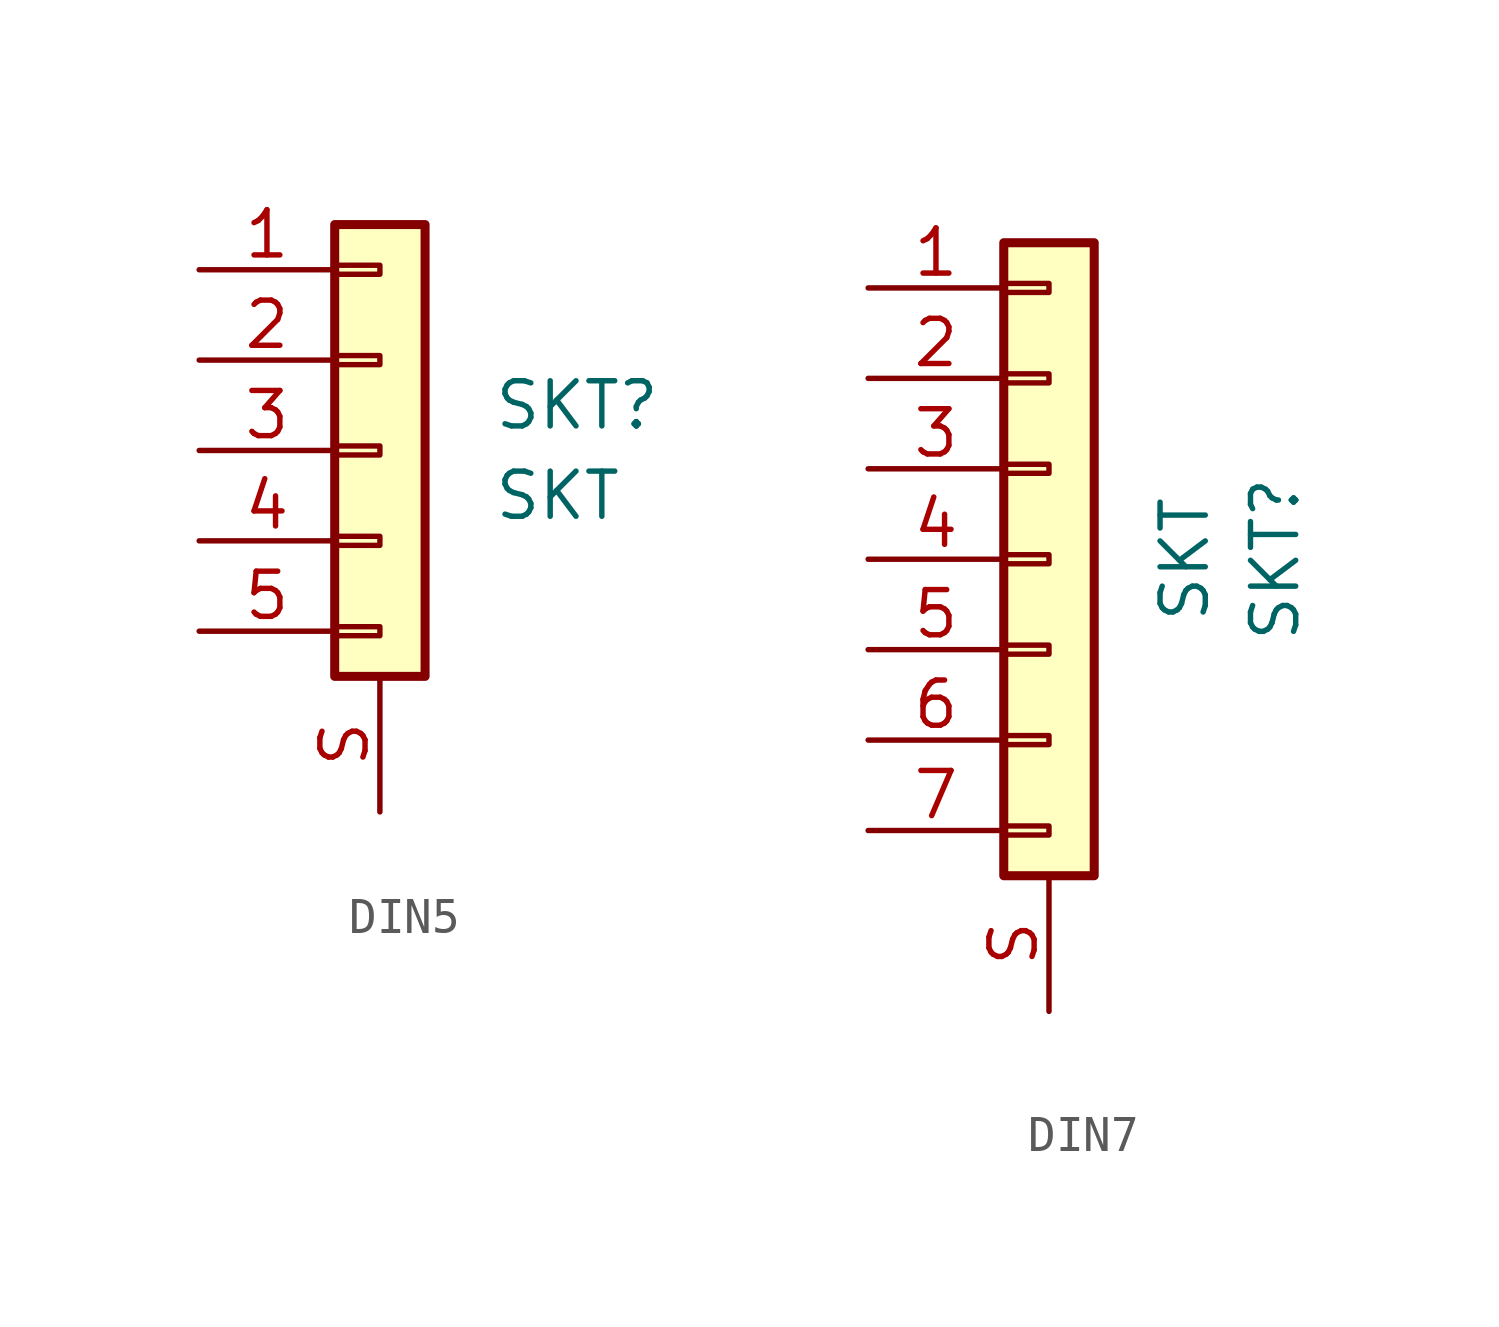
<source format=kicad_sym>
(kicad_symbol_lib
  (version 20220914)
  (generator kicad_symbol_editor)
  (symbol "DIN5"
    (pin_names
      (offset 1.016) hide)
    (property "Reference" "SKT"
      (at 3.175 1.27 0)
      (effects (font (size 1.27 1.27)) (justify left)))
    (property "Value" "${REFERENCE}"
      (at 3.175 -1.27 0)
      (effects (font (size 1.27 1.27)) (justify left)))
    (symbol "DIN5_1_1"
      (rectangle (start -1.27 -4.953) (end 0 -5.207) (stroke (width 0.152) (type default)) (fill (type none)))
      (rectangle (start -1.27 -2.413) (end 0 -2.667) (stroke (width 0.152) (type default)) (fill (type none)))
      (rectangle (start -1.27 0.127) (end 0 -0.127) (stroke (width 0.152) (type default)) (fill (type none)))
      (rectangle (start -1.27 2.667) (end 0 2.413) (stroke (width 0.152) (type default)) (fill (type none)))
      (rectangle (start -1.27 5.207) (end 0 4.953) (stroke (width 0.152) (type default)) (fill (type none)))
      (rectangle (start -1.27 6.35) (end 1.27 -6.35) (stroke (width 0.254) (type default)) (fill (type background)))
      (pin passive line (at -5.08 5.08 0) (length 3.81) (name "Pin_1" (effects (font (size 1.27 1.27)))) (number "1" (effects (font (size 1.27 1.27)))))
      (pin passive line (at -5.08 2.54 0) (length 3.81) (name "Pin_2" (effects (font (size 1.27 1.27)))) (number "2" (effects (font (size 1.27 1.27)))))
      (pin passive line (at -5.08 0 0) (length 3.81) (name "Pin_3" (effects (font (size 1.27 1.27)))) (number "3" (effects (font (size 1.27 1.27)))))
      (pin passive line (at -5.08 -2.54 0) (length 3.81) (name "Pin_4" (effects (font (size 1.27 1.27)))) (number "4" (effects (font (size 1.27 1.27)))))
      (pin passive line (at -5.08 -5.08 0) (length 3.81) (name "Pin_5" (effects (font (size 1.27 1.27)))) (number "5" (effects (font (size 1.27 1.27)))))
      (pin passive line (at 0 -10.16 90) (length 3.81) (name "SHIELD" (effects (font (size 1.27 1.27)))) (number "S" (effects (font (size 1.27 1.27)))))))
  (symbol "DIN7"
    (pin_names
      (offset 1.016) hide)
    (property "Reference" "SKT"
      (at 6.35 0 90)
      (effects (font (size 1.27 1.27))))
    (property "Value" "${REFERENCE}"
      (at 3.81 0 90)
      (effects (font (size 1.27 1.27))))
    (symbol "DIN7_1_1"
      (rectangle (start -1.27 -7.493) (end 0 -7.747) (stroke (width 0.152) (type default)) (fill (type none)))
      (rectangle (start -1.27 -4.953) (end 0 -5.207) (stroke (width 0.152) (type default)) (fill (type none)))
      (rectangle (start -1.27 -2.413) (end 0 -2.667) (stroke (width 0.152) (type default)) (fill (type none)))
      (rectangle (start -1.27 0.127) (end 0 -0.127) (stroke (width 0.152) (type default)) (fill (type none)))
      (rectangle (start -1.27 2.667) (end 0 2.413) (stroke (width 0.152) (type default)) (fill (type none)))
      (rectangle (start -1.27 5.207) (end 0 4.953) (stroke (width 0.152) (type default)) (fill (type none)))
      (rectangle (start -1.27 7.747) (end 0 7.493) (stroke (width 0.152) (type default)) (fill (type none)))
      (rectangle (start -1.27 8.89) (end 1.27 -8.89) (stroke (width 0.254) (type default)) (fill (type background)))
      (pin passive line (at -5.08 7.62 0) (length 3.81) (name "Pin_1" (effects (font (size 1.27 1.27)))) (number "1" (effects (font (size 1.27 1.27)))))
      (pin passive line (at -5.08 5.08 0) (length 3.81) (name "Pin_2" (effects (font (size 1.27 1.27)))) (number "2" (effects (font (size 1.27 1.27)))))
      (pin passive line (at -5.08 2.54 0) (length 3.81) (name "Pin_3" (effects (font (size 1.27 1.27)))) (number "3" (effects (font (size 1.27 1.27)))))
      (pin passive line (at -5.08 0 0) (length 3.81) (name "Pin_4" (effects (font (size 1.27 1.27)))) (number "4" (effects (font (size 1.27 1.27)))))
      (pin passive line (at -5.08 -2.54 0) (length 3.81) (name "Pin_5" (effects (font (size 1.27 1.27)))) (number "5" (effects (font (size 1.27 1.27)))))
      (pin passive line (at -5.08 -5.08 0) (length 3.81) (name "Pin_6" (effects (font (size 1.27 1.27)))) (number "6" (effects (font (size 1.27 1.27)))))
      (pin passive line (at -5.08 -7.62 0) (length 3.81) (name "Pin_7" (effects (font (size 1.27 1.27)))) (number "7" (effects (font (size 1.27 1.27)))))
      (pin passive line (at 0 -12.7 90) (length 3.81) (name "SHIELD" (effects (font (size 1.27 1.27)))) (number "S" (effects (font (size 1.27 1.27))))))))
</source>
